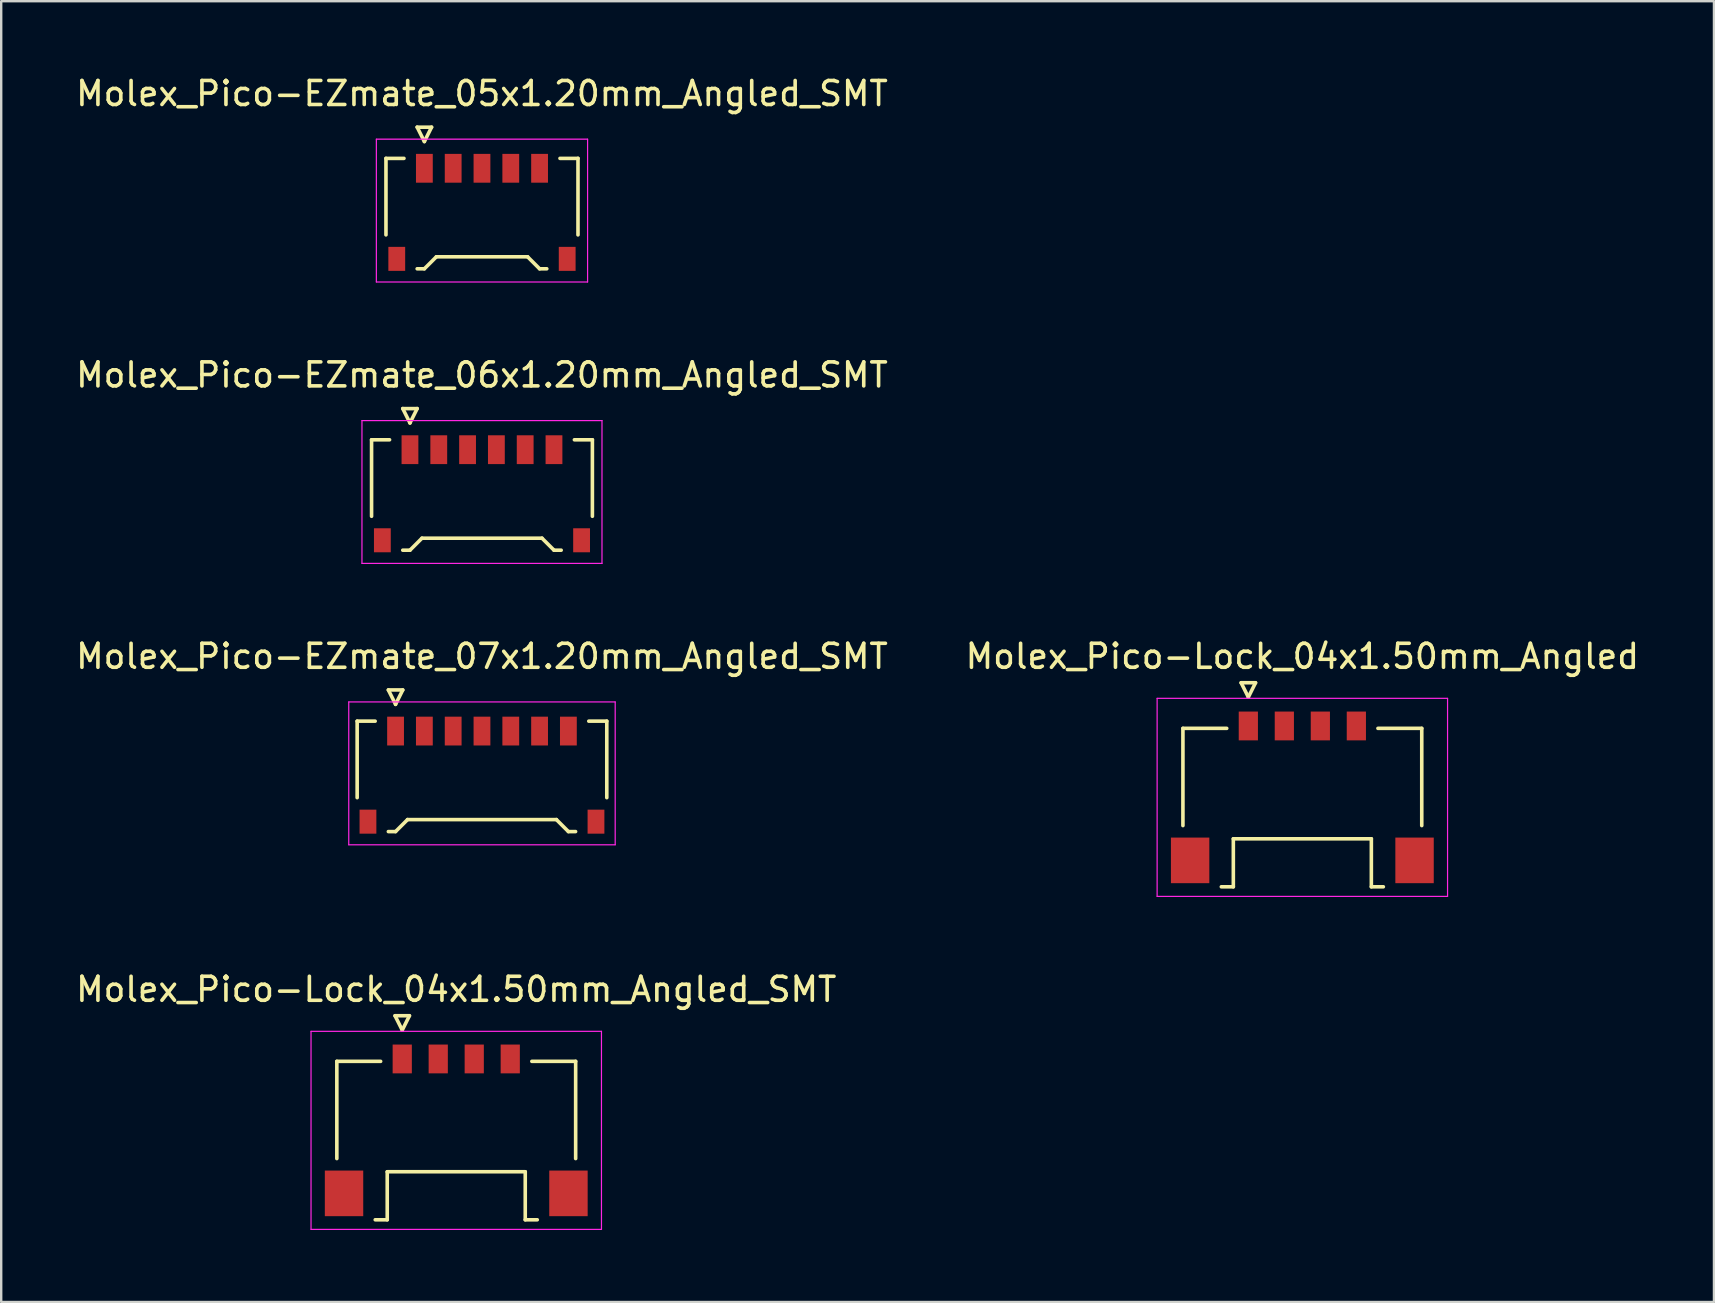
<source format=kicad_pcb>
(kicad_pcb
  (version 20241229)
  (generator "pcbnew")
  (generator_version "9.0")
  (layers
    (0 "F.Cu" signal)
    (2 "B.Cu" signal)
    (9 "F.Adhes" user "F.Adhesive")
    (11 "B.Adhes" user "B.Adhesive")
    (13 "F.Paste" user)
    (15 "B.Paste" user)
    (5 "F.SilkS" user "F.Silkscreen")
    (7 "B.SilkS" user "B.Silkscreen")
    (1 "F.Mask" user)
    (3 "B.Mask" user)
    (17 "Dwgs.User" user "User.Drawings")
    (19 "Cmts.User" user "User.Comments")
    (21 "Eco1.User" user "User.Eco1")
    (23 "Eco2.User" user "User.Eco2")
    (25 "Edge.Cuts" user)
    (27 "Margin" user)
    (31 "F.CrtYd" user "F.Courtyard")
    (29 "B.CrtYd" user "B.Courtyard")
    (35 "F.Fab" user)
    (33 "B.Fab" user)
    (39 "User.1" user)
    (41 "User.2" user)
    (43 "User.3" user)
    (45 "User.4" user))
  (footprint "Molex_Pico-EZmate_06x1.20mm_Angled_SMT"
    (layer "F.Cu")
    (at 17.03 17.572)
    (property "Reference" "Molex_Pico-EZmate_06x1.20mm_Angled_SMT" (at 0 -5 0) (layer "F.SilkS") (effects (font (size 1 1) (thickness 0.15))))
    (attr smd)
    (fp_line (start -4.6 -2.3) (end -4.6 0.887) (stroke (width 0.15) (type solid)) (layer "F.SilkS"))
    (fp_line (start -3.85 -2.3) (end -4.6 -2.3) (stroke (width 0.15) (type solid)) (layer "F.SilkS"))
    (fp_line (start -3.3 -3.6) (end -3 -3) (stroke (width 0.15) (type solid)) (layer "F.SilkS"))
    (fp_line (start -3.3 2.3) (end -3 2.3) (stroke (width 0.15) (type solid)) (layer "F.SilkS"))
    (fp_line (start -3 -3) (end -2.7 -3.6) (stroke (width 0.15) (type solid)) (layer "F.SilkS"))
    (fp_line (start -3 2.3) (end -2.5 1.8) (stroke (width 0.15) (type solid)) (layer "F.SilkS"))
    (fp_line (start -2.7 -3.6) (end -3.3 -3.6) (stroke (width 0.15) (type solid)) (layer "F.SilkS"))
    (fp_line (start -2.5 1.8) (end 2.5 1.8) (stroke (width 0.15) (type solid)) (layer "F.SilkS"))
    (fp_line (start 2.5 1.8) (end 3 2.3) (stroke (width 0.15) (type solid)) (layer "F.SilkS"))
    (fp_line (start 3 2.3) (end 3.3 2.3) (stroke (width 0.15) (type solid)) (layer "F.SilkS"))
    (fp_line (start 3.85 -2.3) (end 4.6 -2.3) (stroke (width 0.15) (type solid)) (layer "F.SilkS"))
    (fp_line (start 4.6 -2.3) (end 4.6 0.887) (stroke (width 0.15) (type solid)) (layer "F.SilkS"))
    (fp_line (start -5 -3.1) (end -5 2.85) (stroke (width 0.05) (type solid)) (layer "F.CrtYd"))
    (fp_line (start -5 2.85) (end 5 2.85) (stroke (width 0.05) (type solid)) (layer "F.CrtYd"))
    (fp_line (start 5 -3.1) (end -5 -3.1) (stroke (width 0.05) (type solid)) (layer "F.CrtYd"))
    (fp_line (start 5 2.85) (end 5 -3.1) (stroke (width 0.05) (type solid)) (layer "F.CrtYd"))
    (pad "" smd rect (at -4.15 1.887) (size 0.7 1) (layers "F.Cu" "F.Mask" "F.Paste"))
    (pad "" smd rect (at 4.15 1.887) (size 0.7 1) (layers "F.Cu" "F.Mask" "F.Paste"))
    (pad "1" smd rect (at -3 -1.887) (size 0.7 1.2) (layers "F.Cu" "F.Mask" "F.Paste"))
    (pad "2" smd rect (at -1.8 -1.887) (size 0.7 1.2) (layers "F.Cu" "F.Mask" "F.Paste"))
    (pad "3" smd rect (at -0.6 -1.887) (size 0.7 1.2) (layers "F.Cu" "F.Mask" "F.Paste"))
    (pad "4" smd rect (at 0.6 -1.887) (size 0.7 1.2) (layers "F.Cu" "F.Mask" "F.Paste"))
    (pad "5" smd rect (at 1.8 -1.887) (size 0.7 1.2) (layers "F.Cu" "F.Mask" "F.Paste"))
    (pad "6" smd rect (at 3 -1.887) (size 0.7 1.2) (layers "F.Cu" "F.Mask" "F.Paste")))
  (footprint "Molex_Pico-Lock_04x1.50mm_Angled_SMT"
    (layer "F.Cu")
    (at 15.958 43.868)
    (property "Reference" "Molex_Pico-Lock_04x1.50mm_Angled_SMT" (at 0 -5.7 0) (layer "F.SilkS") (effects (font (size 1 1) (thickness 0.15))))
    (attr smd)
    (fp_line (start -4.975 -2.7) (end -4.975 1.35) (stroke (width 0.15) (type solid)) (layer "F.SilkS"))
    (fp_line (start -3.375 3.9) (end -2.875 3.9) (stroke (width 0.15) (type solid)) (layer "F.SilkS"))
    (fp_line (start -3.15 -2.7) (end -4.975 -2.7) (stroke (width 0.15) (type solid)) (layer "F.SilkS"))
    (fp_line (start -2.875 1.9) (end 2.875 1.9) (stroke (width 0.15) (type solid)) (layer "F.SilkS"))
    (fp_line (start -2.875 3.9) (end -2.875 1.9) (stroke (width 0.15) (type solid)) (layer "F.SilkS"))
    (fp_line (start -2.55 -4.6) (end -2.25 -4) (stroke (width 0.15) (type solid)) (layer "F.SilkS"))
    (fp_line (start -2.25 -4) (end -1.95 -4.6) (stroke (width 0.15) (type solid)) (layer "F.SilkS"))
    (fp_line (start -1.95 -4.6) (end -2.55 -4.6) (stroke (width 0.15) (type solid)) (layer "F.SilkS"))
    (fp_line (start 2.875 1.9) (end 2.875 3.9) (stroke (width 0.15) (type solid)) (layer "F.SilkS"))
    (fp_line (start 2.875 3.9) (end 3.375 3.9) (stroke (width 0.15) (type solid)) (layer "F.SilkS"))
    (fp_line (start 3.15 -2.7) (end 4.975 -2.7) (stroke (width 0.15) (type solid)) (layer "F.SilkS"))
    (fp_line (start 4.975 -2.7) (end 4.975 1.35) (stroke (width 0.15) (type solid)) (layer "F.SilkS"))
    (fp_line (start -6.05 -3.95) (end -6.05 4.3) (stroke (width 0.05) (type solid)) (layer "F.CrtYd"))
    (fp_line (start -6.05 4.3) (end 6.05 4.3) (stroke (width 0.05) (type solid)) (layer "F.CrtYd"))
    (fp_line (start 6.05 -3.95) (end -6.05 -3.95) (stroke (width 0.05) (type solid)) (layer "F.CrtYd"))
    (fp_line (start 6.05 4.3) (end 6.05 -3.95) (stroke (width 0.05) (type solid)) (layer "F.CrtYd"))
    (pad "" smd rect (at -4.675 2.8) (size 1.6 1.9) (layers "F.Cu" "F.Mask" "F.Paste"))
    (pad "" smd rect (at 4.675 2.8) (size 1.6 1.9) (layers "F.Cu" "F.Mask" "F.Paste"))
    (pad "1" smd rect (at -2.25 -2.8) (size 0.8 1.2) (layers "F.Cu" "F.Mask" "F.Paste"))
    (pad "2" smd rect (at -0.75 -2.8) (size 0.8 1.2) (layers "F.Cu" "F.Mask" "F.Paste"))
    (pad "3" smd rect (at 0.75 -2.8) (size 0.8 1.2) (layers "F.Cu" "F.Mask" "F.Paste"))
    (pad "4" smd rect (at 2.25 -2.8) (size 0.8 1.2) (layers "F.Cu" "F.Mask" "F.Paste")))
  (footprint "Molex_Pico-EZmate_05x1.20mm_Angled_SMT"
    (layer "F.Cu")
    (at 17.03 5.848)
    (property "Reference" "Molex_Pico-EZmate_05x1.20mm_Angled_SMT" (at 0 -5 0) (layer "F.SilkS") (effects (font (size 1 1) (thickness 0.15))))
    (attr smd)
    (fp_line (start -4 -2.3) (end -4 0.887) (stroke (width 0.15) (type solid)) (layer "F.SilkS"))
    (fp_line (start -3.25 -2.3) (end -4 -2.3) (stroke (width 0.15) (type solid)) (layer "F.SilkS"))
    (fp_line (start -2.7 -3.6) (end -2.4 -3) (stroke (width 0.15) (type solid)) (layer "F.SilkS"))
    (fp_line (start -2.7 2.3) (end -2.4 2.3) (stroke (width 0.15) (type solid)) (layer "F.SilkS"))
    (fp_line (start -2.4 -3) (end -2.1 -3.6) (stroke (width 0.15) (type solid)) (layer "F.SilkS"))
    (fp_line (start -2.4 2.3) (end -1.9 1.8) (stroke (width 0.15) (type solid)) (layer "F.SilkS"))
    (fp_line (start -2.1 -3.6) (end -2.7 -3.6) (stroke (width 0.15) (type solid)) (layer "F.SilkS"))
    (fp_line (start -1.9 1.8) (end 1.9 1.8) (stroke (width 0.15) (type solid)) (layer "F.SilkS"))
    (fp_line (start 1.9 1.8) (end 2.4 2.3) (stroke (width 0.15) (type solid)) (layer "F.SilkS"))
    (fp_line (start 2.4 2.3) (end 2.7 2.3) (stroke (width 0.15) (type solid)) (layer "F.SilkS"))
    (fp_line (start 3.25 -2.3) (end 4 -2.3) (stroke (width 0.15) (type solid)) (layer "F.SilkS"))
    (fp_line (start 4 -2.3) (end 4 0.887) (stroke (width 0.15) (type solid)) (layer "F.SilkS"))
    (fp_line (start -4.4 -3.1) (end -4.4 2.85) (stroke (width 0.05) (type solid)) (layer "F.CrtYd"))
    (fp_line (start -4.4 2.85) (end 4.4 2.85) (stroke (width 0.05) (type solid)) (layer "F.CrtYd"))
    (fp_line (start 4.4 -3.1) (end -4.4 -3.1) (stroke (width 0.05) (type solid)) (layer "F.CrtYd"))
    (fp_line (start 4.4 2.85) (end 4.4 -3.1) (stroke (width 0.05) (type solid)) (layer "F.CrtYd"))
    (pad "" smd rect (at -3.55 1.887) (size 0.7 1) (layers "F.Cu" "F.Mask" "F.Paste"))
    (pad "" smd rect (at 3.55 1.887) (size 0.7 1) (layers "F.Cu" "F.Mask" "F.Paste"))
    (pad "1" smd rect (at -2.4 -1.887) (size 0.7 1.2) (layers "F.Cu" "F.Mask" "F.Paste"))
    (pad "2" smd rect (at -1.2 -1.887) (size 0.7 1.2) (layers "F.Cu" "F.Mask" "F.Paste"))
    (pad "3" smd rect (at 0 -1.887) (size 0.7 1.2) (layers "F.Cu" "F.Mask" "F.Paste"))
    (pad "4" smd rect (at 1.2 -1.887) (size 0.7 1.2) (layers "F.Cu" "F.Mask" "F.Paste"))
    (pad "5" smd rect (at 2.4 -1.887) (size 0.7 1.2) (layers "F.Cu" "F.Mask" "F.Paste")))
  (footprint "Molex_Pico-EZmate_07x1.20mm_Angled_SMT"
    (layer "F.Cu")
    (at 17.03 29.295)
    (property "Reference" "Molex_Pico-EZmate_07x1.20mm_Angled_SMT" (at 0 -5 0) (layer "F.SilkS") (effects (font (size 1 1) (thickness 0.15))))
    (attr smd)
    (fp_line (start -5.2 -2.3) (end -5.2 0.887) (stroke (width 0.15) (type solid)) (layer "F.SilkS"))
    (fp_line (start -4.45 -2.3) (end -5.2 -2.3) (stroke (width 0.15) (type solid)) (layer "F.SilkS"))
    (fp_line (start -3.9 -3.6) (end -3.6 -3) (stroke (width 0.15) (type solid)) (layer "F.SilkS"))
    (fp_line (start -3.9 2.3) (end -3.6 2.3) (stroke (width 0.15) (type solid)) (layer "F.SilkS"))
    (fp_line (start -3.6 -3) (end -3.3 -3.6) (stroke (width 0.15) (type solid)) (layer "F.SilkS"))
    (fp_line (start -3.6 2.3) (end -3.1 1.8) (stroke (width 0.15) (type solid)) (layer "F.SilkS"))
    (fp_line (start -3.3 -3.6) (end -3.9 -3.6) (stroke (width 0.15) (type solid)) (layer "F.SilkS"))
    (fp_line (start -3.1 1.8) (end 3.1 1.8) (stroke (width 0.15) (type solid)) (layer "F.SilkS"))
    (fp_line (start 3.1 1.8) (end 3.6 2.3) (stroke (width 0.15) (type solid)) (layer "F.SilkS"))
    (fp_line (start 3.6 2.3) (end 3.9 2.3) (stroke (width 0.15) (type solid)) (layer "F.SilkS"))
    (fp_line (start 4.45 -2.3) (end 5.2 -2.3) (stroke (width 0.15) (type solid)) (layer "F.SilkS"))
    (fp_line (start 5.2 -2.3) (end 5.2 0.887) (stroke (width 0.15) (type solid)) (layer "F.SilkS"))
    (fp_line (start -5.55 -3.1) (end -5.55 2.85) (stroke (width 0.05) (type solid)) (layer "F.CrtYd"))
    (fp_line (start -5.55 2.85) (end 5.55 2.85) (stroke (width 0.05) (type solid)) (layer "F.CrtYd"))
    (fp_line (start 5.55 -3.1) (end -5.55 -3.1) (stroke (width 0.05) (type solid)) (layer "F.CrtYd"))
    (fp_line (start 5.55 2.85) (end 5.55 -3.1) (stroke (width 0.05) (type solid)) (layer "F.CrtYd"))
    (pad "" smd rect (at -4.75 1.887) (size 0.7 1) (layers "F.Cu" "F.Mask" "F.Paste"))
    (pad "" smd rect (at 4.75 1.887) (size 0.7 1) (layers "F.Cu" "F.Mask" "F.Paste"))
    (pad "1" smd rect (at -3.6 -1.887) (size 0.7 1.2) (layers "F.Cu" "F.Mask" "F.Paste"))
    (pad "2" smd rect (at -2.4 -1.887) (size 0.7 1.2) (layers "F.Cu" "F.Mask" "F.Paste"))
    (pad "3" smd rect (at -1.2 -1.887) (size 0.7 1.2) (layers "F.Cu" "F.Mask" "F.Paste"))
    (pad "4" smd rect (at 0 -1.887) (size 0.7 1.2) (layers "F.Cu" "F.Mask" "F.Paste"))
    (pad "5" smd rect (at 1.2 -1.887) (size 0.7 1.2) (layers "F.Cu" "F.Mask" "F.Paste"))
    (pad "6" smd rect (at 2.4 -1.887) (size 0.7 1.2) (layers "F.Cu" "F.Mask" "F.Paste"))
    (pad "7" smd rect (at 3.6 -1.887) (size 0.7 1.2) (layers "F.Cu" "F.Mask" "F.Paste")))
  (footprint "Molex_Pico-Lock_04x1.50mm_Angled"
    (layer "F.Cu")
    (at 51.208 29.995)
    (property "Reference" "Molex_Pico-Lock_04x1.50mm_Angled" (at 0 -5.7 0) (layer "F.SilkS") (effects (font (size 1 1) (thickness 0.15))))
    (attr smd)
    (fp_line (start -4.975 -2.7) (end -4.975 1.35) (stroke (width 0.15) (type solid)) (layer "F.SilkS"))
    (fp_line (start -3.375 3.9) (end -2.875 3.9) (stroke (width 0.15) (type solid)) (layer "F.SilkS"))
    (fp_line (start -3.15 -2.7) (end -4.975 -2.7) (stroke (width 0.15) (type solid)) (layer "F.SilkS"))
    (fp_line (start -2.875 1.9) (end 2.875 1.9) (stroke (width 0.15) (type solid)) (layer "F.SilkS"))
    (fp_line (start -2.875 3.9) (end -2.875 1.9) (stroke (width 0.15) (type solid)) (layer "F.SilkS"))
    (fp_line (start -2.55 -4.6) (end -2.25 -4) (stroke (width 0.15) (type solid)) (layer "F.SilkS"))
    (fp_line (start -2.25 -4) (end -1.95 -4.6) (stroke (width 0.15) (type solid)) (layer "F.SilkS"))
    (fp_line (start -1.95 -4.6) (end -2.55 -4.6) (stroke (width 0.15) (type solid)) (layer "F.SilkS"))
    (fp_line (start 2.875 1.9) (end 2.875 3.9) (stroke (width 0.15) (type solid)) (layer "F.SilkS"))
    (fp_line (start 2.875 3.9) (end 3.375 3.9) (stroke (width 0.15) (type solid)) (layer "F.SilkS"))
    (fp_line (start 3.15 -2.7) (end 4.975 -2.7) (stroke (width 0.15) (type solid)) (layer "F.SilkS"))
    (fp_line (start 4.975 -2.7) (end 4.975 1.35) (stroke (width 0.15) (type solid)) (layer "F.SilkS"))
    (fp_line (start -6.05 -3.95) (end -6.05 4.3) (stroke (width 0.05) (type solid)) (layer "F.CrtYd"))
    (fp_line (start -6.05 4.3) (end 6.05 4.3) (stroke (width 0.05) (type solid)) (layer "F.CrtYd"))
    (fp_line (start 6.05 -3.95) (end -6.05 -3.95) (stroke (width 0.05) (type solid)) (layer "F.CrtYd"))
    (fp_line (start 6.05 4.3) (end 6.05 -3.95) (stroke (width 0.05) (type solid)) (layer "F.CrtYd"))
    (pad "" smd rect (at -4.675 2.8) (size 1.6 1.9) (layers "F.Cu" "F.Mask" "F.Paste"))
    (pad "" smd rect (at 4.675 2.8) (size 1.6 1.9) (layers "F.Cu" "F.Mask" "F.Paste"))
    (pad "1" smd rect (at -2.25 -2.8) (size 0.8 1.2) (layers "F.Cu" "F.Mask" "F.Paste"))
    (pad "2" smd rect (at -0.75 -2.8) (size 0.8 1.2) (layers "F.Cu" "F.Mask" "F.Paste"))
    (pad "3" smd rect (at 0.75 -2.8) (size 0.8 1.2) (layers "F.Cu" "F.Mask" "F.Paste"))
    (pad "4" smd rect (at 2.25 -2.8) (size 0.8 1.2) (layers "F.Cu" "F.Mask" "F.Paste")))
  (gr_rect
    (start -3 -3)
    (end 68.357 51.193)
    (stroke (width 0.1) (type default))
    (fill no)
    (layer "Edge.Cuts")))
</source>
